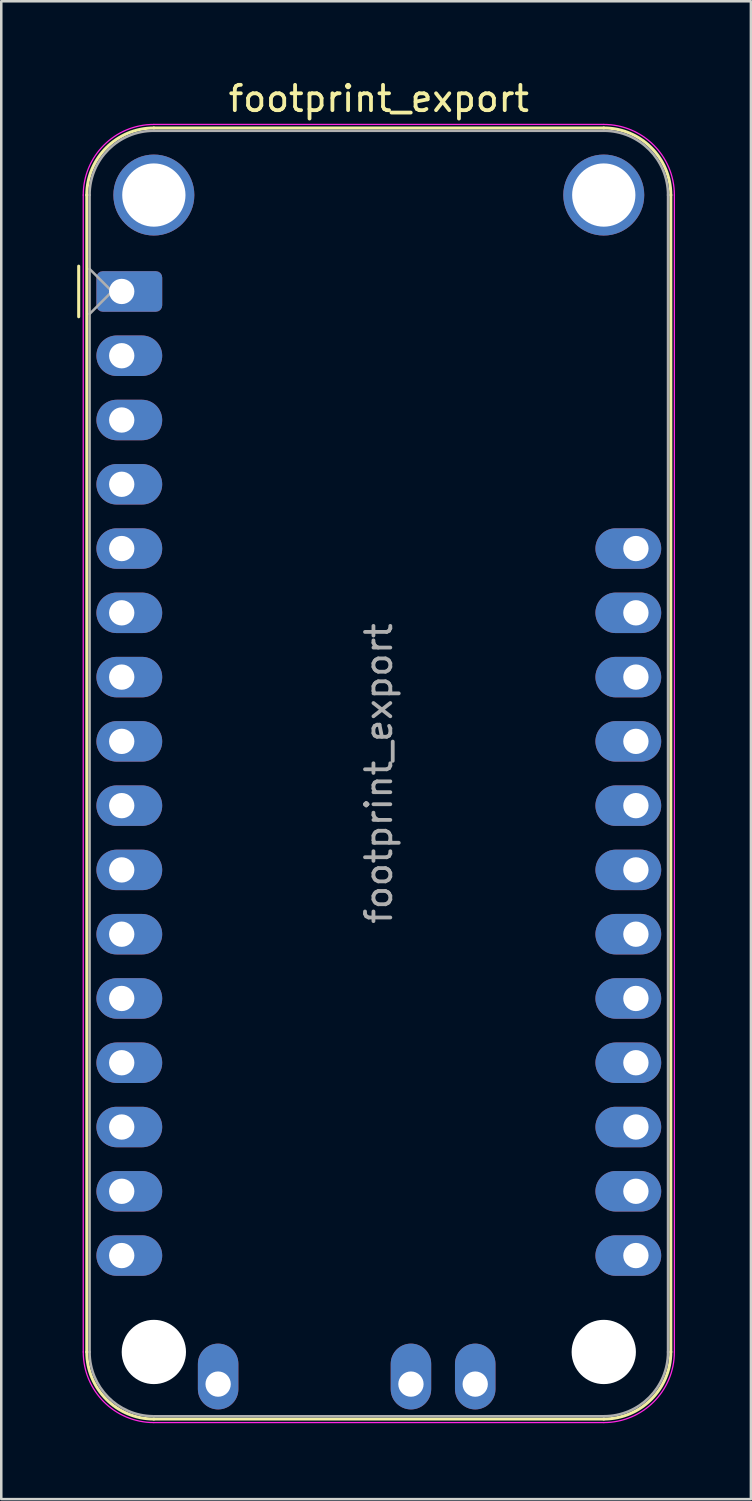
<source format=kicad_pcb>
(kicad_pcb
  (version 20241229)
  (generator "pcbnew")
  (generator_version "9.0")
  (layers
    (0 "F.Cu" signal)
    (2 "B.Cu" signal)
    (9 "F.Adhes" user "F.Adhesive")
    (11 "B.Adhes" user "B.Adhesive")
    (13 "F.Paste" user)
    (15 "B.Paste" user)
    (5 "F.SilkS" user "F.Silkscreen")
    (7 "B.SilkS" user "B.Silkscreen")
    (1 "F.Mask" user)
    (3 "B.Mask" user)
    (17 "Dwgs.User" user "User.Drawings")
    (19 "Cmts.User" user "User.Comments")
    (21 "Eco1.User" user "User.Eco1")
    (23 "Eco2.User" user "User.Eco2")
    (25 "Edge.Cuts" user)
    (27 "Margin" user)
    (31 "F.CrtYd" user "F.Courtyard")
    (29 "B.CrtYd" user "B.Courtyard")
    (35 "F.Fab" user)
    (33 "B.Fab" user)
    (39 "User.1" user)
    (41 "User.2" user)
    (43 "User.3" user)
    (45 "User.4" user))
  (footprint "footprint_export"
    (layer "F.Cu")
    (at 1.76 8.468)
    (property "Reference" "footprint_export" (at 10.16 -7.62 0) (layer "F.SilkS") (effects (font (size 1 1) (thickness 0.15))))
    (attr through_hole)
    (fp_line (start -1.7 1) (end -1.7 -1) (stroke (width 0.12) (type solid)) (layer "F.SilkS"))
    (fp_line (start -1.38 -3.81) (end -1.38 41.91) (stroke (width 0.12) (type solid)) (layer "F.SilkS"))
    (fp_line (start 19.05 -6.46) (end 1.27 -6.46) (stroke (width 0.12) (type solid)) (layer "F.SilkS"))
    (fp_line (start 19.05 44.56) (end 1.27 44.56) (stroke (width 0.12) (type solid)) (layer "F.SilkS"))
    (fp_line (start 21.7 -3.81) (end 21.7 41.91) (stroke (width 0.12) (type solid)) (layer "F.SilkS"))
    (fp_arc (start -1.38 -3.81) (mid -0.603833 -5.683833) (end 1.27 -6.46) (stroke (width 0.12) (type solid)) (layer "F.SilkS"))
    (fp_arc (start 1.27 44.56) (mid -0.603833 43.783833) (end -1.38 41.91) (stroke (width 0.12) (type solid)) (layer "F.SilkS"))
    (fp_arc (start 19.05 -6.46) (mid 20.923833 -5.683833) (end 21.7 -3.81) (stroke (width 0.12) (type solid)) (layer "F.SilkS"))
    (fp_arc (start 21.7 41.91) (mid 20.923833 43.783833) (end 19.05 44.56) (stroke (width 0.12) (type solid)) (layer "F.SilkS"))
    (fp_line (start -1.52 41.91) (end -1.52 -3.81) (stroke (width 0.05) (type solid)) (layer "F.CrtYd"))
    (fp_line (start 19.05 -6.6) (end 1.27 -6.6) (stroke (width 0.05) (type solid)) (layer "F.CrtYd"))
    (fp_line (start 19.05 44.7) (end 1.27 44.7) (stroke (width 0.05) (type solid)) (layer "F.CrtYd"))
    (fp_line (start 21.84 41.91) (end 21.84 -3.81) (stroke (width 0.05) (type solid)) (layer "F.CrtYd"))
    (fp_arc (start -1.52 -3.81) (mid -0.702828 -5.782828) (end 1.27 -6.6) (stroke (width 0.05) (type solid)) (layer "F.CrtYd"))
    (fp_arc (start 1.27 44.7) (mid -0.702828 43.882828) (end -1.52 41.91) (stroke (width 0.05) (type solid)) (layer "F.CrtYd"))
    (fp_arc (start 19.05 -6.6) (mid 21.022828 -5.782828) (end 21.84 -3.81) (stroke (width 0.05) (type solid)) (layer "F.CrtYd"))
    (fp_arc (start 21.84 41.91) (mid 21.022828 43.882828) (end 19.05 44.7) (stroke (width 0.05) (type solid)) (layer "F.CrtYd"))
    (fp_line (start -1.27 -3.81) (end -1.27 41.91) (stroke (width 0.1) (type solid)) (layer "F.Fab"))
    (fp_line (start -1.27 -0.889) (end -0.381 0) (stroke (width 0.1) (type solid)) (layer "F.Fab"))
    (fp_line (start -0.381 0) (end -1.27 0.889) (stroke (width 0.1) (type solid)) (layer "F.Fab"))
    (fp_line (start 1.27 44.45) (end 19.05 44.45) (stroke (width 0.1) (type solid)) (layer "F.Fab"))
    (fp_line (start 19.05 -6.35) (end 1.27 -6.35) (stroke (width 0.1) (type solid)) (layer "F.Fab"))
    (fp_line (start 21.59 41.91) (end 21.59 -3.81) (stroke (width 0.1) (type solid)) (layer "F.Fab"))
    (fp_arc (start -1.27 -3.81) (mid -0.526051 -5.606051) (end 1.27 -6.35) (stroke (width 0.1) (type solid)) (layer "F.Fab"))
    (fp_arc (start 1.221238 44.449532) (mid -0.543209 43.688728) (end -1.27 41.91) (stroke (width 0.1) (type solid)) (layer "F.Fab"))
    (fp_arc (start 19.05 -6.35) (mid 20.846051 -5.606051) (end 21.59 -3.81) (stroke (width 0.1) (type solid)) (layer "F.Fab"))
    (fp_arc (start 21.59 41.91) (mid 20.846051 43.706051) (end 19.05 44.45) (stroke (width 0.1) (type solid)) (layer "F.Fab"))
    (fp_text user "${REFERENCE}" (at 10.16 19.05 270) (layer "F.Fab") (effects (font (size 1 1) (thickness 0.15))))
    (pad "" np_thru_hole circle (at 1.27 -3.81 270) (size 3.2 3.2) (drill 2.5) (layers "*.Cu" "*.Mask"))
    (pad "" np_thru_hole circle (at 1.27 41.91 270) (size 2.54 2.54) (drill 2.54) (layers "*.Cu" "*.Mask"))
    (pad "" np_thru_hole circle (at 19.05 -3.81 270) (size 3.2 3.2) (drill 2.5) (layers "*.Cu" "*.Mask"))
    (pad "" np_thru_hole circle (at 19.05 41.91 270) (size 2.54 2.54) (drill 2.54) (layers "*.Cu" "*.Mask"))
    (pad "1" thru_hole roundrect (at 0 0) (size 2.6 1.6) (drill 1 (offset 0.3 0)) (layers "*.Cu" "*.Mask") (roundrect_rratio 0.156))
    (pad "2" thru_hole oval (at 0 2.54) (size 2.6 1.6) (drill 1 (offset 0.3 0)) (layers "*.Cu" "*.Mask"))
    (pad "3" thru_hole oval (at 0 5.08) (size 2.6 1.6) (drill 1 (offset 0.3 0)) (layers "*.Cu" "*.Mask"))
    (pad "4" thru_hole oval (at 0 7.62) (size 2.6 1.6) (drill 1 (offset 0.3 0)) (layers "*.Cu" "*.Mask"))
    (pad "5" thru_hole oval (at 0 10.16) (size 2.6 1.6) (drill 1 (offset 0.3 0)) (layers "*.Cu" "*.Mask"))
    (pad "6" thru_hole oval (at 0 12.7) (size 2.6 1.6) (drill 1 (offset 0.3 0)) (layers "*.Cu" "*.Mask"))
    (pad "7" thru_hole oval (at 0 15.24) (size 2.6 1.6) (drill 1 (offset 0.3 0)) (layers "*.Cu" "*.Mask"))
    (pad "8" thru_hole oval (at 0 17.78) (size 2.6 1.6) (drill 1 (offset 0.3 0)) (layers "*.Cu" "*.Mask"))
    (pad "9" thru_hole oval (at 0 20.32) (size 2.6 1.6) (drill 1 (offset 0.3 0)) (layers "*.Cu" "*.Mask"))
    (pad "10" thru_hole oval (at 0 22.86) (size 2.6 1.6) (drill 1 (offset 0.3 0)) (layers "*.Cu" "*.Mask"))
    (pad "11" thru_hole oval (at 0 25.4) (size 2.6 1.6) (drill 1 (offset 0.3 0)) (layers "*.Cu" "*.Mask"))
    (pad "12" thru_hole oval (at 0 27.94) (size 2.6 1.6) (drill 1 (offset 0.3 0)) (layers "*.Cu" "*.Mask"))
    (pad "13" thru_hole oval (at 0 30.48) (size 2.6 1.6) (drill 1 (offset 0.3 0)) (layers "*.Cu" "*.Mask"))
    (pad "14" thru_hole oval (at 0 33.02) (size 2.6 1.6) (drill 1 (offset 0.3 0)) (layers "*.Cu" "*.Mask"))
    (pad "15" thru_hole oval (at 0 35.56) (size 2.6 1.6) (drill 1 (offset 0.3 0)) (layers "*.Cu" "*.Mask"))
    (pad "16" thru_hole oval (at 0 38.1) (size 2.6 1.6) (drill 1 (offset 0.3 0)) (layers "*.Cu" "*.Mask"))
    (pad "17" thru_hole oval (at 20.32 38.1 180) (size 2.6 1.6) (drill 1 (offset 0.3 0)) (layers "*.Cu" "*.Mask"))
    (pad "18" thru_hole oval (at 20.32 35.56 180) (size 2.6 1.6) (drill 1 (offset 0.3 0)) (layers "*.Cu" "*.Mask"))
    (pad "19" thru_hole oval (at 20.32 33.02 180) (size 2.6 1.6) (drill 1 (offset 0.3 0)) (layers "*.Cu" "*.Mask"))
    (pad "20" thru_hole oval (at 20.32 30.48 180) (size 2.6 1.6) (drill 1 (offset 0.3 0)) (layers "*.Cu" "*.Mask"))
    (pad "21" thru_hole oval (at 20.32 27.94 180) (size 2.6 1.6) (drill 1 (offset 0.3 0)) (layers "*.Cu" "*.Mask"))
    (pad "22" thru_hole oval (at 20.32 25.4 180) (size 2.6 1.6) (drill 1 (offset 0.3 0)) (layers "*.Cu" "*.Mask"))
    (pad "23" thru_hole oval (at 20.32 22.86 180) (size 2.6 1.6) (drill 1 (offset 0.3 0)) (layers "*.Cu" "*.Mask"))
    (pad "24" thru_hole oval (at 20.32 20.32 180) (size 2.6 1.6) (drill 1 (offset 0.3 0)) (layers "*.Cu" "*.Mask"))
    (pad "25" thru_hole oval (at 20.32 17.78 180) (size 2.6 1.6) (drill 1 (offset 0.3 0)) (layers "*.Cu" "*.Mask"))
    (pad "26" thru_hole oval (at 20.32 15.24 180) (size 2.6 1.6) (drill 1 (offset 0.3 0)) (layers "*.Cu" "*.Mask"))
    (pad "27" thru_hole oval (at 20.32 12.7 180) (size 2.6 1.6) (drill 1 (offset 0.3 0)) (layers "*.Cu" "*.Mask"))
    (pad "28" thru_hole oval (at 20.32 10.16 180) (size 2.6 1.6) (drill 1 (offset 0.3 0)) (layers "*.Cu" "*.Mask"))
    (pad "29" thru_hole oval (at 3.81 43.18 90) (size 2.6 1.6) (drill 1 (offset 0.3 0)) (layers "*.Cu" "*.Mask"))
    (pad "30" thru_hole oval (at 11.43 43.18 90) (size 2.6 1.6) (drill 1 (offset 0.3 0)) (layers "*.Cu" "*.Mask"))
    (pad "31" thru_hole oval (at 13.97 43.18 90) (size 2.6 1.6) (drill 1 (offset 0.3 0)) (layers "*.Cu" "*.Mask")))
  (gr_rect
    (start -3 -3)
    (end 26.625 56.193)
    (stroke (width 0.1) (type default))
    (fill no)
    (layer "Edge.Cuts")))
</source>
